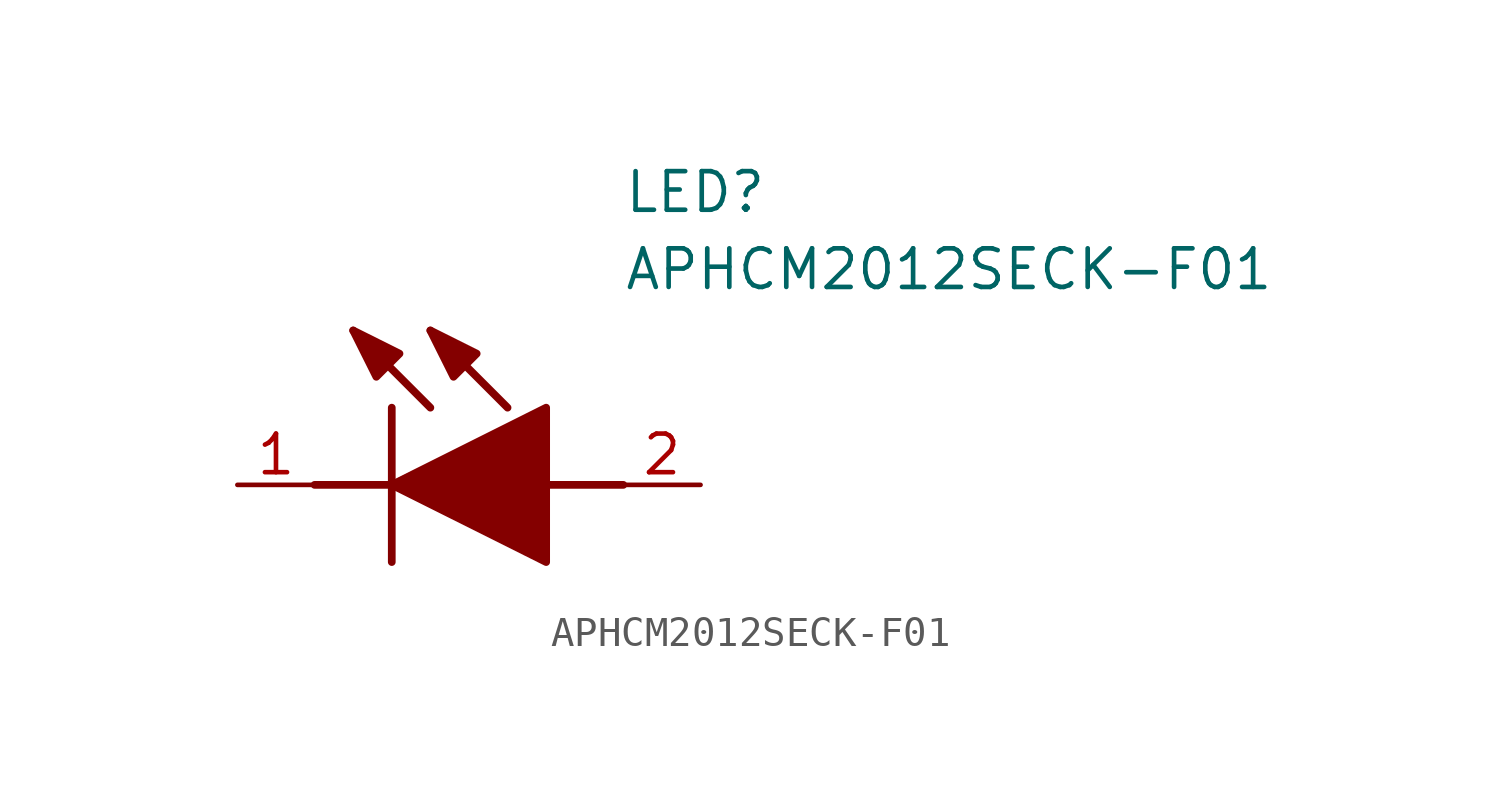
<source format=kicad_sym>
(kicad_symbol_lib
  (version 20211014)
  (generator SamacSys_ECAD_Model)
  (symbol "APHCM2012SECK-F01"
    (pin_names hide)
    (property "Reference" "LED"
      (at 12.7 8.89 0)
      (effects (font (size 1.27 1.27)) (justify left bottom)))
    (property "Value" "APHCM2012SECK-F01"
      (at 12.7 6.35 0)
      (effects (font (size 1.27 1.27)) (justify left bottom)))
    (polyline
      (pts (xy 5.08 2.54) (xy 5.08 -2.54))
      (stroke (width 0.254) (type default))
      (fill (type none)))
    (polyline
      (pts (xy 6.35 2.54) (xy 3.81 5.08))
      (stroke (width 0.254) (type default))
      (fill (type none)))
    (polyline
      (pts (xy 8.89 2.54) (xy 6.35 5.08))
      (stroke (width 0.254) (type default))
      (fill (type none)))
    (polyline
      (pts (xy 2.54 0) (xy 5.08 0))
      (stroke (width 0.254) (type default))
      (fill (type none)))
    (polyline
      (pts (xy 10.16 0) (xy 12.7 0))
      (stroke (width 0.254) (type default))
      (fill (type none)))
    (polyline
      (pts (xy 5.08 0) (xy 10.16 2.54) (xy 10.16 -2.54) (xy 5.08 0))
      (stroke (width 0.254) (type default))
      (fill (type outline)))
    (polyline
      (pts (xy 5.334 4.318) (xy 4.572 3.556) (xy 3.81 5.08) (xy 5.334 4.318))
      (stroke (width 0.254) (type default))
      (fill (type outline)))
    (polyline
      (pts (xy 7.874 4.318) (xy 7.112 3.556) (xy 6.35 5.08) (xy 7.874 4.318))
      (stroke (width 0.254) (type default))
      (fill (type outline)))
    (pin passive line
      (at 0 0 0)
      (length 2.54)
      (name "K" (effects (font (size 1.27 1.27))))
      (number "1" (effects (font (size 1.27 1.27)))))
    (pin passive line
      (at 15.24 0 180)
      (length 2.54)
      (name "A" (effects (font (size 1.27 1.27))))
      (number "2" (effects (font (size 1.27 1.27)))))))
</source>
